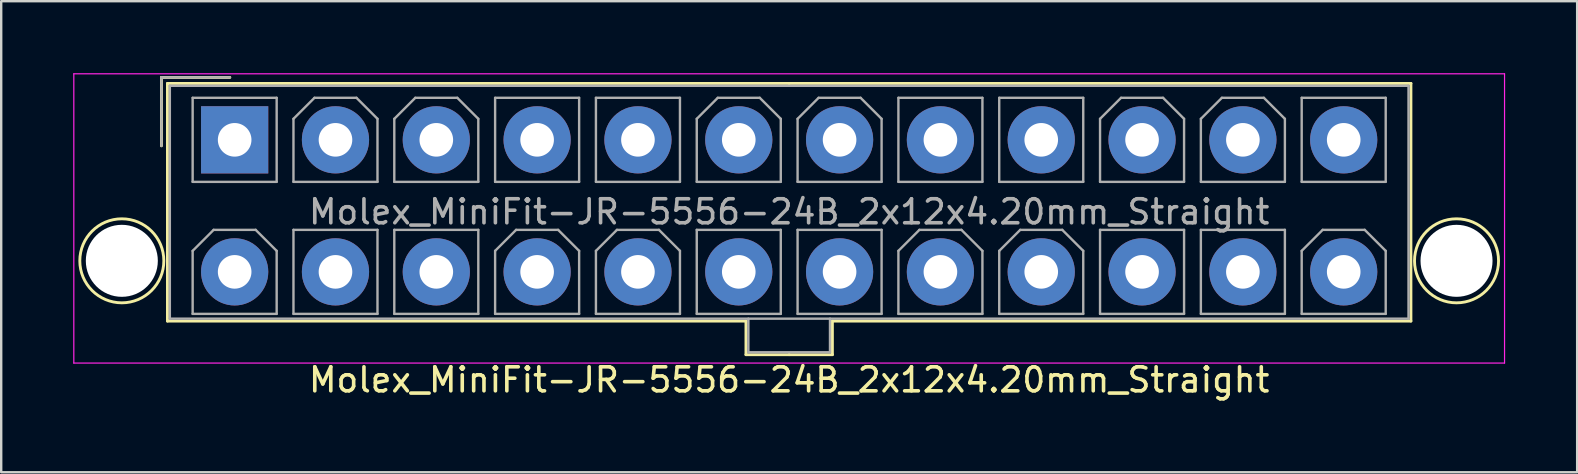
<source format=kicad_pcb>
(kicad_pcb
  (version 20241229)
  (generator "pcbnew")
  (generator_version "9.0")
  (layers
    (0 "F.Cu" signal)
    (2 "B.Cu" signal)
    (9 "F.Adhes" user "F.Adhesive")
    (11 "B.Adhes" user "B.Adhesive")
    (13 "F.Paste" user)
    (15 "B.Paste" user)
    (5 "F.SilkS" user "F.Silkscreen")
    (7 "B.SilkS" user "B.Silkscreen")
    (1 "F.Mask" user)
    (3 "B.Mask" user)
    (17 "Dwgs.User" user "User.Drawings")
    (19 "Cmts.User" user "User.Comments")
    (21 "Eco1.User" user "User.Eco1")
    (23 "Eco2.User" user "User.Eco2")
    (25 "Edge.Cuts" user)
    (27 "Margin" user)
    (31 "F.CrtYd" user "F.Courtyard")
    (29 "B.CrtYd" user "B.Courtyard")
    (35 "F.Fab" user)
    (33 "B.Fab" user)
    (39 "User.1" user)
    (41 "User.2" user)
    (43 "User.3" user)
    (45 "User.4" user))
  (footprint "Molex_MiniFit-JR-5556-24B_2x12x4.20mm_Straight"
    (layer "F.Cu")
    (at 6.725 2.775)
    (property "Reference" "Molex_MiniFit-JR-5556-24B_2x12x4.20mm_Straight" (at 23.1 10 0) (layer "F.SilkS") (effects (font (size 1 1) (thickness 0.15))))
    (attr through_hole)
    (fp_line (start -3.05 -2.6) (end -3.05 0.25) (stroke (width 0.12) (type solid)) (layer "F.SilkS"))
    (fp_line (start -2.8 -2.35) (end -2.8 7.55) (stroke (width 0.12) (type solid)) (layer "F.SilkS"))
    (fp_line (start -2.8 7.55) (end 21.3 7.55) (stroke (width 0.12) (type solid)) (layer "F.SilkS"))
    (fp_line (start -0.2 -2.6) (end -3.05 -2.6) (stroke (width 0.12) (type solid)) (layer "F.SilkS"))
    (fp_line (start 21.3 7.55) (end 21.3 8.95) (stroke (width 0.12) (type solid)) (layer "F.SilkS"))
    (fp_line (start 21.3 8.95) (end 23.1 8.95) (stroke (width 0.12) (type solid)) (layer "F.SilkS"))
    (fp_line (start 23.1 -2.35) (end -2.8 -2.35) (stroke (width 0.12) (type solid)) (layer "F.SilkS"))
    (fp_line (start 23.1 -2.35) (end 49 -2.35) (stroke (width 0.12) (type solid)) (layer "F.SilkS"))
    (fp_line (start 24.9 7.55) (end 24.9 8.95) (stroke (width 0.12) (type solid)) (layer "F.SilkS"))
    (fp_line (start 24.9 8.95) (end 23.1 8.95) (stroke (width 0.12) (type solid)) (layer "F.SilkS"))
    (fp_line (start 49 -2.35) (end 49 7.55) (stroke (width 0.12) (type solid)) (layer "F.SilkS"))
    (fp_line (start 49 7.55) (end 24.9 7.55) (stroke (width 0.12) (type solid)) (layer "F.SilkS"))
    (fp_circle (center -4.7 5.04) (end -2.95 5.04) (stroke (width 0.12) (type solid)) (fill no) (layer "F.SilkS"))
    (fp_circle (center 50.9 5.04) (end 52.65 5.04) (stroke (width 0.12) (type solid)) (fill no) (layer "F.SilkS"))
    (fp_line (start -6.7 -2.75) (end -6.7 9.3) (stroke (width 0.05) (type solid)) (layer "F.CrtYd"))
    (fp_line (start -6.7 9.3) (end 52.9 9.3) (stroke (width 0.05) (type solid)) (layer "F.CrtYd"))
    (fp_line (start 52.9 -2.75) (end -6.7 -2.75) (stroke (width 0.05) (type solid)) (layer "F.CrtYd"))
    (fp_line (start 52.9 9.3) (end 52.9 -2.75) (stroke (width 0.05) (type solid)) (layer "F.CrtYd"))
    (fp_line (start -3.05 -2.6) (end -3.05 0.25) (stroke (width 0.1) (type solid)) (layer "F.Fab"))
    (fp_line (start -2.7 -2.25) (end -2.7 7.45) (stroke (width 0.1) (type solid)) (layer "F.Fab"))
    (fp_line (start -2.7 7.45) (end 48.9 7.45) (stroke (width 0.1) (type solid)) (layer "F.Fab"))
    (fp_line (start -1.75 -1.75) (end -1.75 1.75) (stroke (width 0.1) (type solid)) (layer "F.Fab"))
    (fp_line (start -1.75 1.75) (end 1.75 1.75) (stroke (width 0.1) (type solid)) (layer "F.Fab"))
    (fp_line (start -1.75 4.625) (end -0.875 3.75) (stroke (width 0.1) (type solid)) (layer "F.Fab"))
    (fp_line (start -1.75 7.25) (end -1.75 4.625) (stroke (width 0.1) (type solid)) (layer "F.Fab"))
    (fp_line (start -0.875 3.75) (end 0.875 3.75) (stroke (width 0.1) (type solid)) (layer "F.Fab"))
    (fp_line (start -0.2 -2.6) (end -3.05 -2.6) (stroke (width 0.1) (type solid)) (layer "F.Fab"))
    (fp_line (start 0.875 3.75) (end 1.75 4.625) (stroke (width 0.1) (type solid)) (layer "F.Fab"))
    (fp_line (start 1.75 -1.75) (end -1.75 -1.75) (stroke (width 0.1) (type solid)) (layer "F.Fab"))
    (fp_line (start 1.75 1.75) (end 1.75 -1.75) (stroke (width 0.1) (type solid)) (layer "F.Fab"))
    (fp_line (start 1.75 4.625) (end 1.75 7.25) (stroke (width 0.1) (type solid)) (layer "F.Fab"))
    (fp_line (start 1.75 7.25) (end -1.75 7.25) (stroke (width 0.1) (type solid)) (layer "F.Fab"))
    (fp_line (start 2.45 -0.875) (end 3.325 -1.75) (stroke (width 0.1) (type solid)) (layer "F.Fab"))
    (fp_line (start 2.45 1.75) (end 2.45 -0.875) (stroke (width 0.1) (type solid)) (layer "F.Fab"))
    (fp_line (start 2.45 3.75) (end 2.45 7.25) (stroke (width 0.1) (type solid)) (layer "F.Fab"))
    (fp_line (start 2.45 7.25) (end 5.95 7.25) (stroke (width 0.1) (type solid)) (layer "F.Fab"))
    (fp_line (start 3.325 -1.75) (end 5.075 -1.75) (stroke (width 0.1) (type solid)) (layer "F.Fab"))
    (fp_line (start 5.075 -1.75) (end 5.95 -0.875) (stroke (width 0.1) (type solid)) (layer "F.Fab"))
    (fp_line (start 5.95 -0.875) (end 5.95 1.75) (stroke (width 0.1) (type solid)) (layer "F.Fab"))
    (fp_line (start 5.95 1.75) (end 2.45 1.75) (stroke (width 0.1) (type solid)) (layer "F.Fab"))
    (fp_line (start 5.95 3.75) (end 2.45 3.75) (stroke (width 0.1) (type solid)) (layer "F.Fab"))
    (fp_line (start 5.95 7.25) (end 5.95 3.75) (stroke (width 0.1) (type solid)) (layer "F.Fab"))
    (fp_line (start 6.65 -0.875) (end 7.525 -1.75) (stroke (width 0.1) (type solid)) (layer "F.Fab"))
    (fp_line (start 6.65 1.75) (end 6.65 -0.875) (stroke (width 0.1) (type solid)) (layer "F.Fab"))
    (fp_line (start 6.65 3.75) (end 6.65 7.25) (stroke (width 0.1) (type solid)) (layer "F.Fab"))
    (fp_line (start 6.65 7.25) (end 10.15 7.25) (stroke (width 0.1) (type solid)) (layer "F.Fab"))
    (fp_line (start 7.525 -1.75) (end 9.275 -1.75) (stroke (width 0.1) (type solid)) (layer "F.Fab"))
    (fp_line (start 9.275 -1.75) (end 10.15 -0.875) (stroke (width 0.1) (type solid)) (layer "F.Fab"))
    (fp_line (start 10.15 -0.875) (end 10.15 1.75) (stroke (width 0.1) (type solid)) (layer "F.Fab"))
    (fp_line (start 10.15 1.75) (end 6.65 1.75) (stroke (width 0.1) (type solid)) (layer "F.Fab"))
    (fp_line (start 10.15 3.75) (end 6.65 3.75) (stroke (width 0.1) (type solid)) (layer "F.Fab"))
    (fp_line (start 10.15 7.25) (end 10.15 3.75) (stroke (width 0.1) (type solid)) (layer "F.Fab"))
    (fp_line (start 10.85 -1.75) (end 10.85 1.75) (stroke (width 0.1) (type solid)) (layer "F.Fab"))
    (fp_line (start 10.85 1.75) (end 14.35 1.75) (stroke (width 0.1) (type solid)) (layer "F.Fab"))
    (fp_line (start 10.85 4.625) (end 11.725 3.75) (stroke (width 0.1) (type solid)) (layer "F.Fab"))
    (fp_line (start 10.85 7.25) (end 10.85 4.625) (stroke (width 0.1) (type solid)) (layer "F.Fab"))
    (fp_line (start 11.725 3.75) (end 13.475 3.75) (stroke (width 0.1) (type solid)) (layer "F.Fab"))
    (fp_line (start 13.475 3.75) (end 14.35 4.625) (stroke (width 0.1) (type solid)) (layer "F.Fab"))
    (fp_line (start 14.35 -1.75) (end 10.85 -1.75) (stroke (width 0.1) (type solid)) (layer "F.Fab"))
    (fp_line (start 14.35 1.75) (end 14.35 -1.75) (stroke (width 0.1) (type solid)) (layer "F.Fab"))
    (fp_line (start 14.35 4.625) (end 14.35 7.25) (stroke (width 0.1) (type solid)) (layer "F.Fab"))
    (fp_line (start 14.35 7.25) (end 10.85 7.25) (stroke (width 0.1) (type solid)) (layer "F.Fab"))
    (fp_line (start 15.05 -1.75) (end 15.05 1.75) (stroke (width 0.1) (type solid)) (layer "F.Fab"))
    (fp_line (start 15.05 1.75) (end 18.55 1.75) (stroke (width 0.1) (type solid)) (layer "F.Fab"))
    (fp_line (start 15.05 4.625) (end 15.925 3.75) (stroke (width 0.1) (type solid)) (layer "F.Fab"))
    (fp_line (start 15.05 7.25) (end 15.05 4.625) (stroke (width 0.1) (type solid)) (layer "F.Fab"))
    (fp_line (start 15.925 3.75) (end 17.675 3.75) (stroke (width 0.1) (type solid)) (layer "F.Fab"))
    (fp_line (start 17.675 3.75) (end 18.55 4.625) (stroke (width 0.1) (type solid)) (layer "F.Fab"))
    (fp_line (start 18.55 -1.75) (end 15.05 -1.75) (stroke (width 0.1) (type solid)) (layer "F.Fab"))
    (fp_line (start 18.55 1.75) (end 18.55 -1.75) (stroke (width 0.1) (type solid)) (layer "F.Fab"))
    (fp_line (start 18.55 4.625) (end 18.55 7.25) (stroke (width 0.1) (type solid)) (layer "F.Fab"))
    (fp_line (start 18.55 7.25) (end 15.05 7.25) (stroke (width 0.1) (type solid)) (layer "F.Fab"))
    (fp_line (start 19.25 -0.875) (end 20.125 -1.75) (stroke (width 0.1) (type solid)) (layer "F.Fab"))
    (fp_line (start 19.25 1.75) (end 19.25 -0.875) (stroke (width 0.1) (type solid)) (layer "F.Fab"))
    (fp_line (start 19.25 3.75) (end 19.25 7.25) (stroke (width 0.1) (type solid)) (layer "F.Fab"))
    (fp_line (start 19.25 7.25) (end 22.75 7.25) (stroke (width 0.1) (type solid)) (layer "F.Fab"))
    (fp_line (start 20.125 -1.75) (end 21.875 -1.75) (stroke (width 0.1) (type solid)) (layer "F.Fab"))
    (fp_line (start 21.4 7.45) (end 21.4 8.85) (stroke (width 0.1) (type solid)) (layer "F.Fab"))
    (fp_line (start 21.4 8.85) (end 24.8 8.85) (stroke (width 0.1) (type solid)) (layer "F.Fab"))
    (fp_line (start 21.875 -1.75) (end 22.75 -0.875) (stroke (width 0.1) (type solid)) (layer "F.Fab"))
    (fp_line (start 22.75 -0.875) (end 22.75 1.75) (stroke (width 0.1) (type solid)) (layer "F.Fab"))
    (fp_line (start 22.75 1.75) (end 19.25 1.75) (stroke (width 0.1) (type solid)) (layer "F.Fab"))
    (fp_line (start 22.75 3.75) (end 19.25 3.75) (stroke (width 0.1) (type solid)) (layer "F.Fab"))
    (fp_line (start 22.75 7.25) (end 22.75 3.75) (stroke (width 0.1) (type solid)) (layer "F.Fab"))
    (fp_line (start 23.45 -0.875) (end 24.325 -1.75) (stroke (width 0.1) (type solid)) (layer "F.Fab"))
    (fp_line (start 23.45 1.75) (end 23.45 -0.875) (stroke (width 0.1) (type solid)) (layer "F.Fab"))
    (fp_line (start 23.45 3.75) (end 23.45 7.25) (stroke (width 0.1) (type solid)) (layer "F.Fab"))
    (fp_line (start 23.45 7.25) (end 26.95 7.25) (stroke (width 0.1) (type solid)) (layer "F.Fab"))
    (fp_line (start 24.325 -1.75) (end 26.075 -1.75) (stroke (width 0.1) (type solid)) (layer "F.Fab"))
    (fp_line (start 24.8 8.85) (end 24.8 7.45) (stroke (width 0.1) (type solid)) (layer "F.Fab"))
    (fp_line (start 26.075 -1.75) (end 26.95 -0.875) (stroke (width 0.1) (type solid)) (layer "F.Fab"))
    (fp_line (start 26.95 -0.875) (end 26.95 1.75) (stroke (width 0.1) (type solid)) (layer "F.Fab"))
    (fp_line (start 26.95 1.75) (end 23.45 1.75) (stroke (width 0.1) (type solid)) (layer "F.Fab"))
    (fp_line (start 26.95 3.75) (end 23.45 3.75) (stroke (width 0.1) (type solid)) (layer "F.Fab"))
    (fp_line (start 26.95 7.25) (end 26.95 3.75) (stroke (width 0.1) (type solid)) (layer "F.Fab"))
    (fp_line (start 27.65 -1.75) (end 27.65 1.75) (stroke (width 0.1) (type solid)) (layer "F.Fab"))
    (fp_line (start 27.65 1.75) (end 31.15 1.75) (stroke (width 0.1) (type solid)) (layer "F.Fab"))
    (fp_line (start 27.65 4.625) (end 28.525 3.75) (stroke (width 0.1) (type solid)) (layer "F.Fab"))
    (fp_line (start 27.65 7.25) (end 27.65 4.625) (stroke (width 0.1) (type solid)) (layer "F.Fab"))
    (fp_line (start 28.525 3.75) (end 30.275 3.75) (stroke (width 0.1) (type solid)) (layer "F.Fab"))
    (fp_line (start 30.275 3.75) (end 31.15 4.625) (stroke (width 0.1) (type solid)) (layer "F.Fab"))
    (fp_line (start 31.15 -1.75) (end 27.65 -1.75) (stroke (width 0.1) (type solid)) (layer "F.Fab"))
    (fp_line (start 31.15 1.75) (end 31.15 -1.75) (stroke (width 0.1) (type solid)) (layer "F.Fab"))
    (fp_line (start 31.15 4.625) (end 31.15 7.25) (stroke (width 0.1) (type solid)) (layer "F.Fab"))
    (fp_line (start 31.15 7.25) (end 27.65 7.25) (stroke (width 0.1) (type solid)) (layer "F.Fab"))
    (fp_line (start 31.85 -1.75) (end 31.85 1.75) (stroke (width 0.1) (type solid)) (layer "F.Fab"))
    (fp_line (start 31.85 1.75) (end 35.35 1.75) (stroke (width 0.1) (type solid)) (layer "F.Fab"))
    (fp_line (start 31.85 4.625) (end 32.725 3.75) (stroke (width 0.1) (type solid)) (layer "F.Fab"))
    (fp_line (start 31.85 7.25) (end 31.85 4.625) (stroke (width 0.1) (type solid)) (layer "F.Fab"))
    (fp_line (start 32.725 3.75) (end 34.475 3.75) (stroke (width 0.1) (type solid)) (layer "F.Fab"))
    (fp_line (start 34.475 3.75) (end 35.35 4.625) (stroke (width 0.1) (type solid)) (layer "F.Fab"))
    (fp_line (start 35.35 -1.75) (end 31.85 -1.75) (stroke (width 0.1) (type solid)) (layer "F.Fab"))
    (fp_line (start 35.35 1.75) (end 35.35 -1.75) (stroke (width 0.1) (type solid)) (layer "F.Fab"))
    (fp_line (start 35.35 4.625) (end 35.35 7.25) (stroke (width 0.1) (type solid)) (layer "F.Fab"))
    (fp_line (start 35.35 7.25) (end 31.85 7.25) (stroke (width 0.1) (type solid)) (layer "F.Fab"))
    (fp_line (start 36.05 -0.875) (end 36.925 -1.75) (stroke (width 0.1) (type solid)) (layer "F.Fab"))
    (fp_line (start 36.05 1.75) (end 36.05 -0.875) (stroke (width 0.1) (type solid)) (layer "F.Fab"))
    (fp_line (start 36.05 3.75) (end 36.05 7.25) (stroke (width 0.1) (type solid)) (layer "F.Fab"))
    (fp_line (start 36.05 7.25) (end 39.55 7.25) (stroke (width 0.1) (type solid)) (layer "F.Fab"))
    (fp_line (start 36.925 -1.75) (end 38.675 -1.75) (stroke (width 0.1) (type solid)) (layer "F.Fab"))
    (fp_line (start 38.675 -1.75) (end 39.55 -0.875) (stroke (width 0.1) (type solid)) (layer "F.Fab"))
    (fp_line (start 39.55 -0.875) (end 39.55 1.75) (stroke (width 0.1) (type solid)) (layer "F.Fab"))
    (fp_line (start 39.55 1.75) (end 36.05 1.75) (stroke (width 0.1) (type solid)) (layer "F.Fab"))
    (fp_line (start 39.55 3.75) (end 36.05 3.75) (stroke (width 0.1) (type solid)) (layer "F.Fab"))
    (fp_line (start 39.55 7.25) (end 39.55 3.75) (stroke (width 0.1) (type solid)) (layer "F.Fab"))
    (fp_line (start 40.25 -0.875) (end 41.125 -1.75) (stroke (width 0.1) (type solid)) (layer "F.Fab"))
    (fp_line (start 40.25 1.75) (end 40.25 -0.875) (stroke (width 0.1) (type solid)) (layer "F.Fab"))
    (fp_line (start 40.25 3.75) (end 40.25 7.25) (stroke (width 0.1) (type solid)) (layer "F.Fab"))
    (fp_line (start 40.25 7.25) (end 43.75 7.25) (stroke (width 0.1) (type solid)) (layer "F.Fab"))
    (fp_line (start 41.125 -1.75) (end 42.875 -1.75) (stroke (width 0.1) (type solid)) (layer "F.Fab"))
    (fp_line (start 42.875 -1.75) (end 43.75 -0.875) (stroke (width 0.1) (type solid)) (layer "F.Fab"))
    (fp_line (start 43.75 -0.875) (end 43.75 1.75) (stroke (width 0.1) (type solid)) (layer "F.Fab"))
    (fp_line (start 43.75 1.75) (end 40.25 1.75) (stroke (width 0.1) (type solid)) (layer "F.Fab"))
    (fp_line (start 43.75 3.75) (end 40.25 3.75) (stroke (width 0.1) (type solid)) (layer "F.Fab"))
    (fp_line (start 43.75 7.25) (end 43.75 3.75) (stroke (width 0.1) (type solid)) (layer "F.Fab"))
    (fp_line (start 44.45 -1.75) (end 44.45 1.75) (stroke (width 0.1) (type solid)) (layer "F.Fab"))
    (fp_line (start 44.45 1.75) (end 47.95 1.75) (stroke (width 0.1) (type solid)) (layer "F.Fab"))
    (fp_line (start 44.45 4.625) (end 45.325 3.75) (stroke (width 0.1) (type solid)) (layer "F.Fab"))
    (fp_line (start 44.45 7.25) (end 44.45 4.625) (stroke (width 0.1) (type solid)) (layer "F.Fab"))
    (fp_line (start 45.325 3.75) (end 47.075 3.75) (stroke (width 0.1) (type solid)) (layer "F.Fab"))
    (fp_line (start 47.075 3.75) (end 47.95 4.625) (stroke (width 0.1) (type solid)) (layer "F.Fab"))
    (fp_line (start 47.95 -1.75) (end 44.45 -1.75) (stroke (width 0.1) (type solid)) (layer "F.Fab"))
    (fp_line (start 47.95 1.75) (end 47.95 -1.75) (stroke (width 0.1) (type solid)) (layer "F.Fab"))
    (fp_line (start 47.95 4.625) (end 47.95 7.25) (stroke (width 0.1) (type solid)) (layer "F.Fab"))
    (fp_line (start 47.95 7.25) (end 44.45 7.25) (stroke (width 0.1) (type solid)) (layer "F.Fab"))
    (fp_line (start 48.9 -2.25) (end -2.7 -2.25) (stroke (width 0.1) (type solid)) (layer "F.Fab"))
    (fp_line (start 48.9 7.45) (end 48.9 -2.25) (stroke (width 0.1) (type solid)) (layer "F.Fab"))
    (fp_text user "${REFERENCE}" (at 23.1 3 0) (layer "F.Fab") (effects (font (size 1 1) (thickness 0.15))))
    (pad "" np_thru_hole circle (at -4.7 5.04) (size 3 3) (drill 3) (layers "*.Cu" "*.Mask"))
    (pad "" np_thru_hole circle (at 50.9 5.04) (size 3 3) (drill 3) (layers "*.Cu" "*.Mask"))
    (pad "1" thru_hole rect (at 0 0) (size 2.8 2.8) (drill 1.4) (layers "*.Cu" "*.Mask"))
    (pad "2" thru_hole circle (at 4.2 0) (size 2.8 2.8) (drill 1.4) (layers "*.Cu" "*.Mask"))
    (pad "3" thru_hole circle (at 8.4 0) (size 2.8 2.8) (drill 1.4) (layers "*.Cu" "*.Mask"))
    (pad "4" thru_hole circle (at 12.6 0) (size 2.8 2.8) (drill 1.4) (layers "*.Cu" "*.Mask"))
    (pad "5" thru_hole circle (at 16.8 0) (size 2.8 2.8) (drill 1.4) (layers "*.Cu" "*.Mask"))
    (pad "6" thru_hole circle (at 21 0) (size 2.8 2.8) (drill 1.4) (layers "*.Cu" "*.Mask"))
    (pad "7" thru_hole circle (at 25.2 0) (size 2.8 2.8) (drill 1.4) (layers "*.Cu" "*.Mask"))
    (pad "8" thru_hole circle (at 29.4 0) (size 2.8 2.8) (drill 1.4) (layers "*.Cu" "*.Mask"))
    (pad "9" thru_hole circle (at 33.6 0) (size 2.8 2.8) (drill 1.4) (layers "*.Cu" "*.Mask"))
    (pad "10" thru_hole circle (at 37.8 0) (size 2.8 2.8) (drill 1.4) (layers "*.Cu" "*.Mask"))
    (pad "11" thru_hole circle (at 42 0) (size 2.8 2.8) (drill 1.4) (layers "*.Cu" "*.Mask"))
    (pad "12" thru_hole circle (at 46.2 0) (size 2.8 2.8) (drill 1.4) (layers "*.Cu" "*.Mask"))
    (pad "13" thru_hole circle (at 0 5.5) (size 2.8 2.8) (drill 1.4) (layers "*.Cu" "*.Mask"))
    (pad "14" thru_hole circle (at 4.2 5.5) (size 2.8 2.8) (drill 1.4) (layers "*.Cu" "*.Mask"))
    (pad "15" thru_hole circle (at 8.4 5.5) (size 2.8 2.8) (drill 1.4) (layers "*.Cu" "*.Mask"))
    (pad "16" thru_hole circle (at 12.6 5.5) (size 2.8 2.8) (drill 1.4) (layers "*.Cu" "*.Mask"))
    (pad "17" thru_hole circle (at 16.8 5.5) (size 2.8 2.8) (drill 1.4) (layers "*.Cu" "*.Mask"))
    (pad "18" thru_hole circle (at 21 5.5) (size 2.8 2.8) (drill 1.4) (layers "*.Cu" "*.Mask"))
    (pad "19" thru_hole circle (at 25.2 5.5) (size 2.8 2.8) (drill 1.4) (layers "*.Cu" "*.Mask"))
    (pad "20" thru_hole circle (at 29.4 5.5) (size 2.8 2.8) (drill 1.4) (layers "*.Cu" "*.Mask"))
    (pad "21" thru_hole circle (at 33.6 5.5) (size 2.8 2.8) (drill 1.4) (layers "*.Cu" "*.Mask"))
    (pad "22" thru_hole circle (at 37.8 5.5) (size 2.8 2.8) (drill 1.4) (layers "*.Cu" "*.Mask"))
    (pad "23" thru_hole circle (at 42 5.5) (size 2.8 2.8) (drill 1.4) (layers "*.Cu" "*.Mask"))
    (pad "24" thru_hole circle (at 46.2 5.5) (size 2.8 2.8) (drill 1.4) (layers "*.Cu" "*.Mask")))
  (gr_rect
    (start -3 -3)
    (end 62.65 16.623)
    (stroke (width 0.1) (type default))
    (fill no)
    (layer "Edge.Cuts")))
</source>
